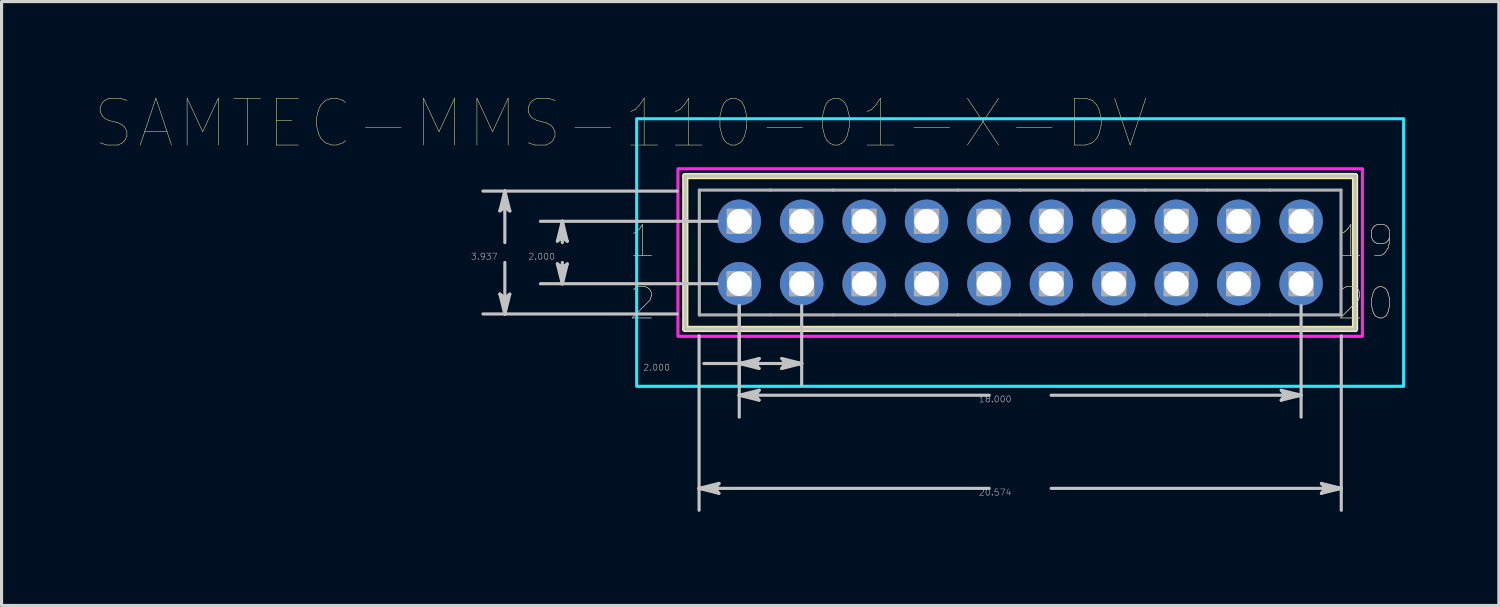
<source format=kicad_pcb>
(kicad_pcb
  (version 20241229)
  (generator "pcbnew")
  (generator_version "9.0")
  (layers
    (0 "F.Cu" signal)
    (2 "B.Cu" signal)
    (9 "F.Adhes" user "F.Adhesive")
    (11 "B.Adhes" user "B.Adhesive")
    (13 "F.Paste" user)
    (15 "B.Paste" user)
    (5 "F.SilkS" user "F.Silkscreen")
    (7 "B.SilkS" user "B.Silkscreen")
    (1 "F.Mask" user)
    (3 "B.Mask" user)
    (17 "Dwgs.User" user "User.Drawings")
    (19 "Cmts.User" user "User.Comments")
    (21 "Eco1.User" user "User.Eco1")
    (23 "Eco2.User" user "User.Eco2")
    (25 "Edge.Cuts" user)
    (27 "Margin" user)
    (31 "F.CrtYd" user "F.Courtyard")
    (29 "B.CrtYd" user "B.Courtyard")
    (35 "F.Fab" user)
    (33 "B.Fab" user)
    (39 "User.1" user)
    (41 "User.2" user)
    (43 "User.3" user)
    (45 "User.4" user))
  (footprint "SAMTEC-MMS-110-01-X-DV"
    (layer "F.Cu")
    (at 29.634 5.04)
    (property "Reference" "SAMTEC-MMS-110-01-X-DV" (at -12.797 -4.136 0) (layer "F.SilkS") (effects (font (size 1.5 1.5) (thickness 0.015))))
    (attr through_hole)
    (fp_circle (center -9 -1) (end -8.254 -1) (stroke (width 0.1) (type solid)) (fill no) (layer "F.Mask"))
    (fp_circle (center -9 1) (end -8.254 1) (stroke (width 0.1) (type solid)) (fill no) (layer "F.Mask"))
    (fp_circle (center -7 -1) (end -6.254 -1) (stroke (width 0.1) (type solid)) (fill no) (layer "F.Mask"))
    (fp_circle (center -7 1) (end -6.254 1) (stroke (width 0.1) (type solid)) (fill no) (layer "F.Mask"))
    (fp_circle (center -5 -1) (end -4.254 -1) (stroke (width 0.1) (type solid)) (fill no) (layer "F.Mask"))
    (fp_circle (center -5 1) (end -4.254 1) (stroke (width 0.1) (type solid)) (fill no) (layer "F.Mask"))
    (fp_circle (center -3 -1) (end -2.254 -1) (stroke (width 0.1) (type solid)) (fill no) (layer "F.Mask"))
    (fp_circle (center -3 1) (end -2.254 1) (stroke (width 0.1) (type solid)) (fill no) (layer "F.Mask"))
    (fp_circle (center -1 -1) (end -0.254 -1) (stroke (width 0.1) (type solid)) (fill no) (layer "F.Mask"))
    (fp_circle (center -1 1) (end -0.254 1) (stroke (width 0.1) (type solid)) (fill no) (layer "F.Mask"))
    (fp_circle (center 1 -1) (end 1.746 -1) (stroke (width 0.1) (type solid)) (fill no) (layer "F.Mask"))
    (fp_circle (center 1 1) (end 1.746 1) (stroke (width 0.1) (type solid)) (fill no) (layer "F.Mask"))
    (fp_circle (center 3 -1) (end 3.746 -1) (stroke (width 0.1) (type solid)) (fill no) (layer "F.Mask"))
    (fp_circle (center 3 1) (end 3.746 1) (stroke (width 0.1) (type solid)) (fill no) (layer "F.Mask"))
    (fp_circle (center 5 -1) (end 5.746 -1) (stroke (width 0.1) (type solid)) (fill no) (layer "F.Mask"))
    (fp_circle (center 5 1) (end 5.746 1) (stroke (width 0.1) (type solid)) (fill no) (layer "F.Mask"))
    (fp_circle (center 7 -1) (end 7.746 -1) (stroke (width 0.1) (type solid)) (fill no) (layer "F.Mask"))
    (fp_circle (center 7 1) (end 7.746 1) (stroke (width 0.1) (type solid)) (fill no) (layer "F.Mask"))
    (fp_circle (center 9 -1) (end 9.746 -1) (stroke (width 0.1) (type solid)) (fill no) (layer "F.Mask"))
    (fp_circle (center 9 1) (end 9.746 1) (stroke (width 0.1) (type solid)) (fill no) (layer "F.Mask"))
    (fp_circle (center -9 -1) (end -8.254 -1) (stroke (width 0.1) (type solid)) (fill no) (layer "B.Mask"))
    (fp_circle (center -9 1) (end -8.254 1) (stroke (width 0.1) (type solid)) (fill no) (layer "B.Mask"))
    (fp_circle (center -7 -1) (end -6.254 -1) (stroke (width 0.1) (type solid)) (fill no) (layer "B.Mask"))
    (fp_circle (center -7 1) (end -6.254 1) (stroke (width 0.1) (type solid)) (fill no) (layer "B.Mask"))
    (fp_circle (center -5 -1) (end -4.254 -1) (stroke (width 0.1) (type solid)) (fill no) (layer "B.Mask"))
    (fp_circle (center -5 1) (end -4.254 1) (stroke (width 0.1) (type solid)) (fill no) (layer "B.Mask"))
    (fp_circle (center -3 -1) (end -2.254 -1) (stroke (width 0.1) (type solid)) (fill no) (layer "B.Mask"))
    (fp_circle (center -3 1) (end -2.254 1) (stroke (width 0.1) (type solid)) (fill no) (layer "B.Mask"))
    (fp_circle (center -1 -1) (end -0.254 -1) (stroke (width 0.1) (type solid)) (fill no) (layer "B.Mask"))
    (fp_circle (center -1 1) (end -0.254 1) (stroke (width 0.1) (type solid)) (fill no) (layer "B.Mask"))
    (fp_circle (center 1 -1) (end 1.746 -1) (stroke (width 0.1) (type solid)) (fill no) (layer "B.Mask"))
    (fp_circle (center 1 1) (end 1.746 1) (stroke (width 0.1) (type solid)) (fill no) (layer "B.Mask"))
    (fp_circle (center 3 -1) (end 3.746 -1) (stroke (width 0.1) (type solid)) (fill no) (layer "B.Mask"))
    (fp_circle (center 3 1) (end 3.746 1) (stroke (width 0.1) (type solid)) (fill no) (layer "B.Mask"))
    (fp_circle (center 5 -1) (end 5.746 -1) (stroke (width 0.1) (type solid)) (fill no) (layer "B.Mask"))
    (fp_circle (center 5 1) (end 5.746 1) (stroke (width 0.1) (type solid)) (fill no) (layer "B.Mask"))
    (fp_circle (center 7 -1) (end 7.746 -1) (stroke (width 0.1) (type solid)) (fill no) (layer "B.Mask"))
    (fp_circle (center 7 1) (end 7.746 1) (stroke (width 0.1) (type solid)) (fill no) (layer "B.Mask"))
    (fp_circle (center 9 -1) (end 9.746 -1) (stroke (width 0.1) (type solid)) (fill no) (layer "B.Mask"))
    (fp_circle (center 9 1) (end 9.746 1) (stroke (width 0.1) (type solid)) (fill no) (layer "B.Mask"))
    (fp_line (start -10.729 -2.449) (end -10.729 2.449) (stroke (width 0.2) (type solid)) (layer "F.SilkS"))
    (fp_line (start -10.729 2.449) (end 10.729 2.449) (stroke (width 0.2) (type solid)) (layer "F.SilkS"))
    (fp_line (start 10.729 -2.449) (end -10.729 -2.449) (stroke (width 0.2) (type solid)) (layer "F.SilkS"))
    (fp_line (start 10.729 2.449) (end 10.729 -2.449) (stroke (width 0.2) (type solid)) (layer "F.SilkS"))
    (fp_line (start -16.669 -1.334) (end -16.51 -1.46) (stroke (width 0.1) (type solid)) (layer "Dwgs.User"))
    (fp_line (start -16.669 1.334) (end -16.51 1.968) (stroke (width 0.1) (type solid)) (layer "Dwgs.User"))
    (fp_line (start -16.589 -1.397) (end -16.51 -1.46) (stroke (width 0.1) (type solid)) (layer "Dwgs.User"))
    (fp_line (start -16.589 1.397) (end -16.669 1.334) (stroke (width 0.1) (type solid)) (layer "Dwgs.User"))
    (fp_line (start -16.51 -1.968) (end -16.669 -1.334) (stroke (width 0.1) (type solid)) (layer "Dwgs.User"))
    (fp_line (start -16.51 -1.968) (end -16.589 -1.397) (stroke (width 0.1) (type solid)) (layer "Dwgs.User"))
    (fp_line (start -16.51 -1.968) (end -16.431 -1.397) (stroke (width 0.1) (type solid)) (layer "Dwgs.User"))
    (fp_line (start -16.51 -1.46) (end -16.51 -1.968) (stroke (width 0.1) (type solid)) (layer "Dwgs.User"))
    (fp_line (start -16.51 -1.46) (end -16.351 -1.334) (stroke (width 0.1) (type solid)) (layer "Dwgs.User"))
    (fp_line (start -16.51 -0.318) (end -16.51 -1.968) (stroke (width 0.1) (type solid)) (layer "Dwgs.User"))
    (fp_line (start -16.51 0.318) (end -16.51 1.968) (stroke (width 0.1) (type solid)) (layer "Dwgs.User"))
    (fp_line (start -16.51 1.46) (end -16.669 1.334) (stroke (width 0.1) (type solid)) (layer "Dwgs.User"))
    (fp_line (start -16.51 1.46) (end -16.51 1.968) (stroke (width 0.1) (type solid)) (layer "Dwgs.User"))
    (fp_line (start -16.51 1.968) (end -16.589 1.397) (stroke (width 0.1) (type solid)) (layer "Dwgs.User"))
    (fp_line (start -16.51 1.968) (end -16.431 1.397) (stroke (width 0.1) (type solid)) (layer "Dwgs.User"))
    (fp_line (start -16.51 1.968) (end -16.351 1.334) (stroke (width 0.1) (type solid)) (layer "Dwgs.User"))
    (fp_line (start -16.431 -1.397) (end -16.351 -1.334) (stroke (width 0.1) (type solid)) (layer "Dwgs.User"))
    (fp_line (start -16.431 1.397) (end -16.51 1.46) (stroke (width 0.1) (type solid)) (layer "Dwgs.User"))
    (fp_line (start -16.351 -1.334) (end -16.51 -1.968) (stroke (width 0.1) (type solid)) (layer "Dwgs.User"))
    (fp_line (start -16.351 1.334) (end -16.51 1.46) (stroke (width 0.1) (type solid)) (layer "Dwgs.User"))
    (fp_line (start -14.827 -0.365) (end -14.668 -0.492) (stroke (width 0.1) (type solid)) (layer "Dwgs.User"))
    (fp_line (start -14.827 0.365) (end -14.668 1) (stroke (width 0.1) (type solid)) (layer "Dwgs.User"))
    (fp_line (start -14.748 -0.428) (end -14.668 -0.492) (stroke (width 0.1) (type solid)) (layer "Dwgs.User"))
    (fp_line (start -14.748 0.428) (end -14.827 0.365) (stroke (width 0.1) (type solid)) (layer "Dwgs.User"))
    (fp_line (start -14.668 -1) (end -14.827 -0.365) (stroke (width 0.1) (type solid)) (layer "Dwgs.User"))
    (fp_line (start -14.668 -1) (end -14.748 -0.428) (stroke (width 0.1) (type solid)) (layer "Dwgs.User"))
    (fp_line (start -14.668 -1) (end -14.589 -0.428) (stroke (width 0.1) (type solid)) (layer "Dwgs.User"))
    (fp_line (start -14.668 -0.492) (end -14.668 -1) (stroke (width 0.1) (type solid)) (layer "Dwgs.User"))
    (fp_line (start -14.668 -0.492) (end -14.51 -0.365) (stroke (width 0.1) (type solid)) (layer "Dwgs.User"))
    (fp_line (start -14.668 -0.318) (end -14.668 -1) (stroke (width 0.1) (type solid)) (layer "Dwgs.User"))
    (fp_line (start -14.668 0.318) (end -14.668 1) (stroke (width 0.1) (type solid)) (layer "Dwgs.User"))
    (fp_line (start -14.668 0.492) (end -14.827 0.365) (stroke (width 0.1) (type solid)) (layer "Dwgs.User"))
    (fp_line (start -14.668 0.492) (end -14.668 1) (stroke (width 0.1) (type solid)) (layer "Dwgs.User"))
    (fp_line (start -14.668 1) (end -14.748 0.428) (stroke (width 0.1) (type solid)) (layer "Dwgs.User"))
    (fp_line (start -14.668 1) (end -14.589 0.428) (stroke (width 0.1) (type solid)) (layer "Dwgs.User"))
    (fp_line (start -14.668 1) (end -14.51 0.365) (stroke (width 0.1) (type solid)) (layer "Dwgs.User"))
    (fp_line (start -14.589 -0.428) (end -14.51 -0.365) (stroke (width 0.1) (type solid)) (layer "Dwgs.User"))
    (fp_line (start -14.589 0.428) (end -14.668 0.492) (stroke (width 0.1) (type solid)) (layer "Dwgs.User"))
    (fp_line (start -14.51 -0.365) (end -14.668 -1) (stroke (width 0.1) (type solid)) (layer "Dwgs.User"))
    (fp_line (start -14.51 0.365) (end -14.668 0.492) (stroke (width 0.1) (type solid)) (layer "Dwgs.User"))
    (fp_line (start -10.988 -1.968) (end -17.211 -1.968) (stroke (width 0.1) (type solid)) (layer "Dwgs.User"))
    (fp_line (start -10.988 1.968) (end -17.211 1.968) (stroke (width 0.1) (type solid)) (layer "Dwgs.User"))
    (fp_line (start -10.729 -2.449) (end -10.729 2.449) (stroke (width 0.1) (type solid)) (layer "Dwgs.User"))
    (fp_line (start -10.729 2.449) (end 10.729 2.449) (stroke (width 0.1) (type solid)) (layer "Dwgs.User"))
    (fp_line (start -10.287 2.67) (end -10.287 8.258) (stroke (width 0.1) (type solid)) (layer "Dwgs.User"))
    (fp_line (start -10.287 7.556) (end -9.716 7.477) (stroke (width 0.1) (type solid)) (layer "Dwgs.User"))
    (fp_line (start -10.287 7.556) (end -9.716 7.636) (stroke (width 0.1) (type solid)) (layer "Dwgs.User"))
    (fp_line (start -10.287 7.556) (end -9.652 7.715) (stroke (width 0.1) (type solid)) (layer "Dwgs.User"))
    (fp_line (start -10.135 3.556) (end -9 3.556) (stroke (width 0.1) (type solid)) (layer "Dwgs.User"))
    (fp_line (start -9.779 7.556) (end -10.287 7.556) (stroke (width 0.1) (type solid)) (layer "Dwgs.User"))
    (fp_line (start -9.779 7.556) (end -9.652 7.398) (stroke (width 0.1) (type solid)) (layer "Dwgs.User"))
    (fp_line (start -9.716 7.477) (end -9.652 7.398) (stroke (width 0.1) (type solid)) (layer "Dwgs.User"))
    (fp_line (start -9.716 7.636) (end -9.779 7.556) (stroke (width 0.1) (type solid)) (layer "Dwgs.User"))
    (fp_line (start -9.701 -1) (end -15.37 -1) (stroke (width 0.1) (type solid)) (layer "Dwgs.User"))
    (fp_line (start -9.701 1) (end -15.37 1) (stroke (width 0.1) (type solid)) (layer "Dwgs.User"))
    (fp_line (start -9.652 7.398) (end -10.287 7.556) (stroke (width 0.1) (type solid)) (layer "Dwgs.User"))
    (fp_line (start -9.652 7.715) (end -9.779 7.556) (stroke (width 0.1) (type solid)) (layer "Dwgs.User"))
    (fp_line (start -9 1.701) (end -9 4.257) (stroke (width 0.1) (type solid)) (layer "Dwgs.User"))
    (fp_line (start -9 1.701) (end -9 5.273) (stroke (width 0.1) (type solid)) (layer "Dwgs.User"))
    (fp_line (start -9 3.556) (end -8.428 3.477) (stroke (width 0.1) (type solid)) (layer "Dwgs.User"))
    (fp_line (start -9 3.556) (end -8.428 3.635) (stroke (width 0.1) (type solid)) (layer "Dwgs.User"))
    (fp_line (start -9 3.556) (end -8.365 3.715) (stroke (width 0.1) (type solid)) (layer "Dwgs.User"))
    (fp_line (start -9 3.556) (end -7 3.556) (stroke (width 0.1) (type solid)) (layer "Dwgs.User"))
    (fp_line (start -9 4.572) (end -8.428 4.493) (stroke (width 0.1) (type solid)) (layer "Dwgs.User"))
    (fp_line (start -9 4.572) (end -8.428 4.651) (stroke (width 0.1) (type solid)) (layer "Dwgs.User"))
    (fp_line (start -9 4.572) (end -8.365 4.731) (stroke (width 0.1) (type solid)) (layer "Dwgs.User"))
    (fp_line (start -8.492 3.556) (end -9 3.556) (stroke (width 0.1) (type solid)) (layer "Dwgs.User"))
    (fp_line (start -8.492 3.556) (end -8.365 3.397) (stroke (width 0.1) (type solid)) (layer "Dwgs.User"))
    (fp_line (start -8.492 4.572) (end -9 4.572) (stroke (width 0.1) (type solid)) (layer "Dwgs.User"))
    (fp_line (start -8.492 4.572) (end -8.365 4.413) (stroke (width 0.1) (type solid)) (layer "Dwgs.User"))
    (fp_line (start -8.428 3.477) (end -8.365 3.397) (stroke (width 0.1) (type solid)) (layer "Dwgs.User"))
    (fp_line (start -8.428 3.635) (end -8.492 3.556) (stroke (width 0.1) (type solid)) (layer "Dwgs.User"))
    (fp_line (start -8.428 4.493) (end -8.365 4.413) (stroke (width 0.1) (type solid)) (layer "Dwgs.User"))
    (fp_line (start -8.428 4.651) (end -8.492 4.572) (stroke (width 0.1) (type solid)) (layer "Dwgs.User"))
    (fp_line (start -8.365 3.397) (end -9 3.556) (stroke (width 0.1) (type solid)) (layer "Dwgs.User"))
    (fp_line (start -8.365 3.715) (end -8.492 3.556) (stroke (width 0.1) (type solid)) (layer "Dwgs.User"))
    (fp_line (start -8.365 4.413) (end -9 4.572) (stroke (width 0.1) (type solid)) (layer "Dwgs.User"))
    (fp_line (start -8.365 4.731) (end -8.492 4.572) (stroke (width 0.1) (type solid)) (layer "Dwgs.User"))
    (fp_line (start -7.635 3.397) (end -7.508 3.556) (stroke (width 0.1) (type solid)) (layer "Dwgs.User"))
    (fp_line (start -7.635 3.715) (end -7 3.556) (stroke (width 0.1) (type solid)) (layer "Dwgs.User"))
    (fp_line (start -7.571 3.477) (end -7.508 3.556) (stroke (width 0.1) (type solid)) (layer "Dwgs.User"))
    (fp_line (start -7.571 3.635) (end -7.635 3.715) (stroke (width 0.1) (type solid)) (layer "Dwgs.User"))
    (fp_line (start -7.508 3.556) (end -7.635 3.715) (stroke (width 0.1) (type solid)) (layer "Dwgs.User"))
    (fp_line (start -7.508 3.556) (end -7 3.556) (stroke (width 0.1) (type solid)) (layer "Dwgs.User"))
    (fp_line (start -7 1.701) (end -7 4.257) (stroke (width 0.1) (type solid)) (layer "Dwgs.User"))
    (fp_line (start -7 3.556) (end -7.635 3.397) (stroke (width 0.1) (type solid)) (layer "Dwgs.User"))
    (fp_line (start -7 3.556) (end -7.571 3.477) (stroke (width 0.1) (type solid)) (layer "Dwgs.User"))
    (fp_line (start -7 3.556) (end -7.571 3.635) (stroke (width 0.1) (type solid)) (layer "Dwgs.User"))
    (fp_line (start -0.991 4.572) (end -9 4.572) (stroke (width 0.1) (type solid)) (layer "Dwgs.User"))
    (fp_line (start -0.991 7.556) (end -10.287 7.556) (stroke (width 0.1) (type solid)) (layer "Dwgs.User"))
    (fp_line (start 0.991 4.572) (end 9 4.572) (stroke (width 0.1) (type solid)) (layer "Dwgs.User"))
    (fp_line (start 0.991 7.556) (end 10.287 7.556) (stroke (width 0.1) (type solid)) (layer "Dwgs.User"))
    (fp_line (start 8.365 4.413) (end 8.492 4.572) (stroke (width 0.1) (type solid)) (layer "Dwgs.User"))
    (fp_line (start 8.365 4.731) (end 9 4.572) (stroke (width 0.1) (type solid)) (layer "Dwgs.User"))
    (fp_line (start 8.428 4.493) (end 8.492 4.572) (stroke (width 0.1) (type solid)) (layer "Dwgs.User"))
    (fp_line (start 8.428 4.651) (end 8.365 4.731) (stroke (width 0.1) (type solid)) (layer "Dwgs.User"))
    (fp_line (start 8.492 4.572) (end 8.365 4.731) (stroke (width 0.1) (type solid)) (layer "Dwgs.User"))
    (fp_line (start 8.492 4.572) (end 9 4.572) (stroke (width 0.1) (type solid)) (layer "Dwgs.User"))
    (fp_line (start 9 1.701) (end 9 5.273) (stroke (width 0.1) (type solid)) (layer "Dwgs.User"))
    (fp_line (start 9 4.572) (end 8.365 4.413) (stroke (width 0.1) (type solid)) (layer "Dwgs.User"))
    (fp_line (start 9 4.572) (end 8.428 4.493) (stroke (width 0.1) (type solid)) (layer "Dwgs.User"))
    (fp_line (start 9 4.572) (end 8.428 4.651) (stroke (width 0.1) (type solid)) (layer "Dwgs.User"))
    (fp_line (start 9.652 7.398) (end 9.779 7.556) (stroke (width 0.1) (type solid)) (layer "Dwgs.User"))
    (fp_line (start 9.652 7.715) (end 10.287 7.556) (stroke (width 0.1) (type solid)) (layer "Dwgs.User"))
    (fp_line (start 9.716 7.477) (end 9.779 7.556) (stroke (width 0.1) (type solid)) (layer "Dwgs.User"))
    (fp_line (start 9.716 7.636) (end 9.652 7.715) (stroke (width 0.1) (type solid)) (layer "Dwgs.User"))
    (fp_line (start 9.779 7.556) (end 9.652 7.715) (stroke (width 0.1) (type solid)) (layer "Dwgs.User"))
    (fp_line (start 9.779 7.556) (end 10.287 7.556) (stroke (width 0.1) (type solid)) (layer "Dwgs.User"))
    (fp_line (start 10.287 2.67) (end 10.287 8.258) (stroke (width 0.1) (type solid)) (layer "Dwgs.User"))
    (fp_line (start 10.287 7.556) (end 9.652 7.398) (stroke (width 0.1) (type solid)) (layer "Dwgs.User"))
    (fp_line (start 10.287 7.556) (end 9.716 7.477) (stroke (width 0.1) (type solid)) (layer "Dwgs.User"))
    (fp_line (start 10.287 7.556) (end 9.716 7.636) (stroke (width 0.1) (type solid)) (layer "Dwgs.User"))
    (fp_line (start 10.729 -2.449) (end -10.729 -2.449) (stroke (width 0.1) (type solid)) (layer "Dwgs.User"))
    (fp_line (start 10.729 2.449) (end 10.729 -2.449) (stroke (width 0.1) (type solid)) (layer "Dwgs.User"))
    (fp_poly (pts (xy -12.286 4.286) (xy -12.286 -4.286) (xy 12.286 -4.286) (xy 12.286 4.286) (xy -12.286 4.286)) (stroke (width 0.1) (type solid)) (fill no) (layer "B.CrtYd"))
    (fp_poly (pts (xy -10.964 2.684) (xy -10.964 -2.684) (xy 10.964 -2.684) (xy 10.964 2.684) (xy -10.964 2.684)) (stroke (width 0.1) (type solid)) (fill no) (layer "F.CrtYd"))
    (fp_line (start -10.279 -1.999) (end -10.279 1.999) (stroke (width 0.1) (type solid)) (layer "F.Fab"))
    (fp_line (start -10.279 1.999) (end -8 1.999) (stroke (width 0.1) (type solid)) (layer "F.Fab"))
    (fp_line (start -9.356 -1.355) (end -9.356 -0.644) (stroke (width 0.1) (type solid)) (layer "F.Fab"))
    (fp_line (start -9.356 -0.644) (end -8.644 -0.644) (stroke (width 0.1) (type solid)) (layer "F.Fab"))
    (fp_line (start -9.356 0.644) (end -9.356 1.355) (stroke (width 0.1) (type solid)) (layer "F.Fab"))
    (fp_line (start -9.356 1.355) (end -8.644 1.355) (stroke (width 0.1) (type solid)) (layer "F.Fab"))
    (fp_line (start -9.254 -0.898) (end -9.254 -1.355) (stroke (width 0.1) (type solid)) (layer "F.Fab"))
    (fp_line (start -9.254 0.898) (end -8.746 0.898) (stroke (width 0.1) (type solid)) (layer "F.Fab"))
    (fp_line (start -9.254 1.355) (end -9.254 0.898) (stroke (width 0.1) (type solid)) (layer "F.Fab"))
    (fp_line (start -8.746 -1.355) (end -8.746 -0.898) (stroke (width 0.1) (type solid)) (layer "F.Fab"))
    (fp_line (start -8.746 -0.898) (end -9.254 -0.898) (stroke (width 0.1) (type solid)) (layer "F.Fab"))
    (fp_line (start -8.746 0.898) (end -8.746 1.355) (stroke (width 0.1) (type solid)) (layer "F.Fab"))
    (fp_line (start -8.644 -1.355) (end -9.356 -1.355) (stroke (width 0.1) (type solid)) (layer "F.Fab"))
    (fp_line (start -8.644 -0.644) (end -8.644 -1.355) (stroke (width 0.1) (type solid)) (layer "F.Fab"))
    (fp_line (start -8.644 0.644) (end -9.356 0.644) (stroke (width 0.1) (type solid)) (layer "F.Fab"))
    (fp_line (start -8.644 1.355) (end -8.644 0.644) (stroke (width 0.1) (type solid)) (layer "F.Fab"))
    (fp_line (start -8 -1.999) (end -10.279 -1.999) (stroke (width 0.1) (type solid)) (layer "F.Fab"))
    (fp_line (start -7.356 -1.355) (end -7.356 -0.644) (stroke (width 0.1) (type solid)) (layer "F.Fab"))
    (fp_line (start -7.356 -0.644) (end -6.644 -0.644) (stroke (width 0.1) (type solid)) (layer "F.Fab"))
    (fp_line (start -7.356 0.644) (end -7.356 1.355) (stroke (width 0.1) (type solid)) (layer "F.Fab"))
    (fp_line (start -7.356 1.355) (end -6.644 1.355) (stroke (width 0.1) (type solid)) (layer "F.Fab"))
    (fp_line (start -7.254 -0.898) (end -7.254 -1.355) (stroke (width 0.1) (type solid)) (layer "F.Fab"))
    (fp_line (start -7.254 0.898) (end -6.746 0.898) (stroke (width 0.1) (type solid)) (layer "F.Fab"))
    (fp_line (start -7.254 1.355) (end -7.254 0.898) (stroke (width 0.1) (type solid)) (layer "F.Fab"))
    (fp_line (start -6.746 -1.355) (end -6.746 -0.898) (stroke (width 0.1) (type solid)) (layer "F.Fab"))
    (fp_line (start -6.746 -0.898) (end -7.254 -0.898) (stroke (width 0.1) (type solid)) (layer "F.Fab"))
    (fp_line (start -6.746 0.898) (end -6.746 1.355) (stroke (width 0.1) (type solid)) (layer "F.Fab"))
    (fp_line (start -6.644 -1.355) (end -7.356 -1.355) (stroke (width 0.1) (type solid)) (layer "F.Fab"))
    (fp_line (start -6.644 -0.644) (end -6.644 -1.355) (stroke (width 0.1) (type solid)) (layer "F.Fab"))
    (fp_line (start -6.644 0.644) (end -7.356 0.644) (stroke (width 0.1) (type solid)) (layer "F.Fab"))
    (fp_line (start -6.644 1.355) (end -6.644 0.644) (stroke (width 0.1) (type solid)) (layer "F.Fab"))
    (fp_line (start -6 -1.999) (end -7.999 -1.999) (stroke (width 0.1) (type solid)) (layer "F.Fab"))
    (fp_line (start -6 1.999) (end -7.999 1.999) (stroke (width 0.1) (type solid)) (layer "F.Fab"))
    (fp_line (start -5.356 -1.355) (end -5.356 -0.644) (stroke (width 0.1) (type solid)) (layer "F.Fab"))
    (fp_line (start -5.356 -0.644) (end -4.644 -0.644) (stroke (width 0.1) (type solid)) (layer "F.Fab"))
    (fp_line (start -5.356 0.644) (end -5.356 1.355) (stroke (width 0.1) (type solid)) (layer "F.Fab"))
    (fp_line (start -5.356 1.355) (end -4.644 1.355) (stroke (width 0.1) (type solid)) (layer "F.Fab"))
    (fp_line (start -5.254 -0.898) (end -5.254 -1.355) (stroke (width 0.1) (type solid)) (layer "F.Fab"))
    (fp_line (start -5.254 0.898) (end -4.746 0.898) (stroke (width 0.1) (type solid)) (layer "F.Fab"))
    (fp_line (start -5.254 1.355) (end -5.254 0.898) (stroke (width 0.1) (type solid)) (layer "F.Fab"))
    (fp_line (start -4.746 -1.355) (end -4.746 -0.898) (stroke (width 0.1) (type solid)) (layer "F.Fab"))
    (fp_line (start -4.746 -0.898) (end -5.254 -0.898) (stroke (width 0.1) (type solid)) (layer "F.Fab"))
    (fp_line (start -4.746 0.898) (end -4.746 1.355) (stroke (width 0.1) (type solid)) (layer "F.Fab"))
    (fp_line (start -4.644 -1.355) (end -5.356 -1.355) (stroke (width 0.1) (type solid)) (layer "F.Fab"))
    (fp_line (start -4.644 -0.644) (end -4.644 -1.355) (stroke (width 0.1) (type solid)) (layer "F.Fab"))
    (fp_line (start -4.644 0.644) (end -5.356 0.644) (stroke (width 0.1) (type solid)) (layer "F.Fab"))
    (fp_line (start -4.644 1.355) (end -4.644 0.644) (stroke (width 0.1) (type solid)) (layer "F.Fab"))
    (fp_line (start -4 -1.999) (end -5.999 -1.999) (stroke (width 0.1) (type solid)) (layer "F.Fab"))
    (fp_line (start -4 1.999) (end -5.999 1.999) (stroke (width 0.1) (type solid)) (layer "F.Fab"))
    (fp_line (start -3.356 -1.355) (end -3.356 -0.644) (stroke (width 0.1) (type solid)) (layer "F.Fab"))
    (fp_line (start -3.356 -0.644) (end -2.644 -0.644) (stroke (width 0.1) (type solid)) (layer "F.Fab"))
    (fp_line (start -3.356 0.644) (end -3.356 1.355) (stroke (width 0.1) (type solid)) (layer "F.Fab"))
    (fp_line (start -3.356 1.355) (end -2.644 1.355) (stroke (width 0.1) (type solid)) (layer "F.Fab"))
    (fp_line (start -3.254 -0.898) (end -3.254 -1.355) (stroke (width 0.1) (type solid)) (layer "F.Fab"))
    (fp_line (start -3.254 0.898) (end -2.746 0.898) (stroke (width 0.1) (type solid)) (layer "F.Fab"))
    (fp_line (start -3.254 1.355) (end -3.254 0.898) (stroke (width 0.1) (type solid)) (layer "F.Fab"))
    (fp_line (start -2.746 -1.355) (end -2.746 -0.898) (stroke (width 0.1) (type solid)) (layer "F.Fab"))
    (fp_line (start -2.746 -0.898) (end -3.254 -0.898) (stroke (width 0.1) (type solid)) (layer "F.Fab"))
    (fp_line (start -2.746 0.898) (end -2.746 1.355) (stroke (width 0.1) (type solid)) (layer "F.Fab"))
    (fp_line (start -2.644 -1.355) (end -3.356 -1.355) (stroke (width 0.1) (type solid)) (layer "F.Fab"))
    (fp_line (start -2.644 -0.644) (end -2.644 -1.355) (stroke (width 0.1) (type solid)) (layer "F.Fab"))
    (fp_line (start -2.644 0.644) (end -3.356 0.644) (stroke (width 0.1) (type solid)) (layer "F.Fab"))
    (fp_line (start -2.644 1.355) (end -2.644 0.644) (stroke (width 0.1) (type solid)) (layer "F.Fab"))
    (fp_line (start -2.001 -1.999) (end -3.999 -1.999) (stroke (width 0.1) (type solid)) (layer "F.Fab"))
    (fp_line (start -2.001 1.999) (end -3.999 1.999) (stroke (width 0.1) (type solid)) (layer "F.Fab"))
    (fp_line (start -1.356 -1.355) (end -1.356 -0.644) (stroke (width 0.1) (type solid)) (layer "F.Fab"))
    (fp_line (start -1.356 -0.644) (end -0.644 -0.644) (stroke (width 0.1) (type solid)) (layer "F.Fab"))
    (fp_line (start -1.356 0.644) (end -1.356 1.355) (stroke (width 0.1) (type solid)) (layer "F.Fab"))
    (fp_line (start -1.356 1.355) (end -0.644 1.355) (stroke (width 0.1) (type solid)) (layer "F.Fab"))
    (fp_line (start -1.254 -0.898) (end -1.254 -1.355) (stroke (width 0.1) (type solid)) (layer "F.Fab"))
    (fp_line (start -1.254 0.898) (end -0.746 0.898) (stroke (width 0.1) (type solid)) (layer "F.Fab"))
    (fp_line (start -1.254 1.355) (end -1.254 0.898) (stroke (width 0.1) (type solid)) (layer "F.Fab"))
    (fp_line (start -0.746 -1.355) (end -0.746 -0.898) (stroke (width 0.1) (type solid)) (layer "F.Fab"))
    (fp_line (start -0.746 -0.898) (end -1.254 -0.898) (stroke (width 0.1) (type solid)) (layer "F.Fab"))
    (fp_line (start -0.746 0.898) (end -0.746 1.355) (stroke (width 0.1) (type solid)) (layer "F.Fab"))
    (fp_line (start -0.644 -1.355) (end -1.356 -1.355) (stroke (width 0.1) (type solid)) (layer "F.Fab"))
    (fp_line (start -0.644 -0.644) (end -0.644 -1.355) (stroke (width 0.1) (type solid)) (layer "F.Fab"))
    (fp_line (start -0.644 0.644) (end -1.356 0.644) (stroke (width 0.1) (type solid)) (layer "F.Fab"))
    (fp_line (start -0.644 1.355) (end -0.644 0.644) (stroke (width 0.1) (type solid)) (layer "F.Fab"))
    (fp_line (start -0.001 -1.999) (end -1.999 -1.999) (stroke (width 0.1) (type solid)) (layer "F.Fab"))
    (fp_line (start -0.001 1.999) (end -1.999 1.999) (stroke (width 0.1) (type solid)) (layer "F.Fab"))
    (fp_line (start 0.644 -1.355) (end 0.644 -0.644) (stroke (width 0.1) (type solid)) (layer "F.Fab"))
    (fp_line (start 0.644 -0.644) (end 1.356 -0.644) (stroke (width 0.1) (type solid)) (layer "F.Fab"))
    (fp_line (start 0.644 0.644) (end 0.644 1.355) (stroke (width 0.1) (type solid)) (layer "F.Fab"))
    (fp_line (start 0.644 1.355) (end 1.356 1.355) (stroke (width 0.1) (type solid)) (layer "F.Fab"))
    (fp_line (start 0.746 -0.898) (end 0.746 -1.355) (stroke (width 0.1) (type solid)) (layer "F.Fab"))
    (fp_line (start 0.746 0.898) (end 1.254 0.898) (stroke (width 0.1) (type solid)) (layer "F.Fab"))
    (fp_line (start 0.746 1.355) (end 0.746 0.898) (stroke (width 0.1) (type solid)) (layer "F.Fab"))
    (fp_line (start 1.254 -1.355) (end 1.254 -0.898) (stroke (width 0.1) (type solid)) (layer "F.Fab"))
    (fp_line (start 1.254 -0.898) (end 0.746 -0.898) (stroke (width 0.1) (type solid)) (layer "F.Fab"))
    (fp_line (start 1.254 0.898) (end 1.254 1.355) (stroke (width 0.1) (type solid)) (layer "F.Fab"))
    (fp_line (start 1.356 -1.355) (end 0.644 -1.355) (stroke (width 0.1) (type solid)) (layer "F.Fab"))
    (fp_line (start 1.356 -0.644) (end 1.356 -1.355) (stroke (width 0.1) (type solid)) (layer "F.Fab"))
    (fp_line (start 1.356 0.644) (end 0.644 0.644) (stroke (width 0.1) (type solid)) (layer "F.Fab"))
    (fp_line (start 1.356 1.355) (end 1.356 0.644) (stroke (width 0.1) (type solid)) (layer "F.Fab"))
    (fp_line (start 1.999 -1.999) (end 0.001 -1.999) (stroke (width 0.1) (type solid)) (layer "F.Fab"))
    (fp_line (start 1.999 1.999) (end 0.001 1.999) (stroke (width 0.1) (type solid)) (layer "F.Fab"))
    (fp_line (start 2.644 -1.355) (end 2.644 -0.644) (stroke (width 0.1) (type solid)) (layer "F.Fab"))
    (fp_line (start 2.644 -0.644) (end 3.356 -0.644) (stroke (width 0.1) (type solid)) (layer "F.Fab"))
    (fp_line (start 2.644 0.644) (end 2.644 1.355) (stroke (width 0.1) (type solid)) (layer "F.Fab"))
    (fp_line (start 2.644 1.355) (end 3.356 1.355) (stroke (width 0.1) (type solid)) (layer "F.Fab"))
    (fp_line (start 2.746 -0.898) (end 2.746 -1.355) (stroke (width 0.1) (type solid)) (layer "F.Fab"))
    (fp_line (start 2.746 0.898) (end 3.254 0.898) (stroke (width 0.1) (type solid)) (layer "F.Fab"))
    (fp_line (start 2.746 1.355) (end 2.746 0.898) (stroke (width 0.1) (type solid)) (layer "F.Fab"))
    (fp_line (start 3.254 -1.355) (end 3.254 -0.898) (stroke (width 0.1) (type solid)) (layer "F.Fab"))
    (fp_line (start 3.254 -0.898) (end 2.746 -0.898) (stroke (width 0.1) (type solid)) (layer "F.Fab"))
    (fp_line (start 3.254 0.898) (end 3.254 1.355) (stroke (width 0.1) (type solid)) (layer "F.Fab"))
    (fp_line (start 3.356 -1.355) (end 2.644 -1.355) (stroke (width 0.1) (type solid)) (layer "F.Fab"))
    (fp_line (start 3.356 -0.644) (end 3.356 -1.355) (stroke (width 0.1) (type solid)) (layer "F.Fab"))
    (fp_line (start 3.356 0.644) (end 2.644 0.644) (stroke (width 0.1) (type solid)) (layer "F.Fab"))
    (fp_line (start 3.356 1.355) (end 3.356 0.644) (stroke (width 0.1) (type solid)) (layer "F.Fab"))
    (fp_line (start 3.999 -1.999) (end 2.001 -1.999) (stroke (width 0.1) (type solid)) (layer "F.Fab"))
    (fp_line (start 3.999 1.999) (end 2.001 1.999) (stroke (width 0.1) (type solid)) (layer "F.Fab"))
    (fp_line (start 4.644 -1.355) (end 4.644 -0.644) (stroke (width 0.1) (type solid)) (layer "F.Fab"))
    (fp_line (start 4.644 -0.644) (end 5.356 -0.644) (stroke (width 0.1) (type solid)) (layer "F.Fab"))
    (fp_line (start 4.644 0.644) (end 4.644 1.355) (stroke (width 0.1) (type solid)) (layer "F.Fab"))
    (fp_line (start 4.644 1.355) (end 5.356 1.355) (stroke (width 0.1) (type solid)) (layer "F.Fab"))
    (fp_line (start 4.746 -0.898) (end 4.746 -1.355) (stroke (width 0.1) (type solid)) (layer "F.Fab"))
    (fp_line (start 4.746 0.898) (end 5.254 0.898) (stroke (width 0.1) (type solid)) (layer "F.Fab"))
    (fp_line (start 4.746 1.355) (end 4.746 0.898) (stroke (width 0.1) (type solid)) (layer "F.Fab"))
    (fp_line (start 5.254 -1.355) (end 5.254 -0.898) (stroke (width 0.1) (type solid)) (layer "F.Fab"))
    (fp_line (start 5.254 -0.898) (end 4.746 -0.898) (stroke (width 0.1) (type solid)) (layer "F.Fab"))
    (fp_line (start 5.254 0.898) (end 5.254 1.355) (stroke (width 0.1) (type solid)) (layer "F.Fab"))
    (fp_line (start 5.356 -1.355) (end 4.644 -1.355) (stroke (width 0.1) (type solid)) (layer "F.Fab"))
    (fp_line (start 5.356 -0.644) (end 5.356 -1.355) (stroke (width 0.1) (type solid)) (layer "F.Fab"))
    (fp_line (start 5.356 0.644) (end 4.644 0.644) (stroke (width 0.1) (type solid)) (layer "F.Fab"))
    (fp_line (start 5.356 1.355) (end 5.356 0.644) (stroke (width 0.1) (type solid)) (layer "F.Fab"))
    (fp_line (start 5.999 -1.999) (end 4 -1.999) (stroke (width 0.1) (type solid)) (layer "F.Fab"))
    (fp_line (start 5.999 1.999) (end 4 1.999) (stroke (width 0.1) (type solid)) (layer "F.Fab"))
    (fp_line (start 6.644 -1.355) (end 6.644 -0.644) (stroke (width 0.1) (type solid)) (layer "F.Fab"))
    (fp_line (start 6.644 -0.644) (end 7.356 -0.644) (stroke (width 0.1) (type solid)) (layer "F.Fab"))
    (fp_line (start 6.644 0.644) (end 6.644 1.355) (stroke (width 0.1) (type solid)) (layer "F.Fab"))
    (fp_line (start 6.644 1.355) (end 7.356 1.355) (stroke (width 0.1) (type solid)) (layer "F.Fab"))
    (fp_line (start 6.746 -0.898) (end 6.746 -1.355) (stroke (width 0.1) (type solid)) (layer "F.Fab"))
    (fp_line (start 6.746 0.898) (end 7.254 0.898) (stroke (width 0.1) (type solid)) (layer "F.Fab"))
    (fp_line (start 6.746 1.355) (end 6.746 0.898) (stroke (width 0.1) (type solid)) (layer "F.Fab"))
    (fp_line (start 7.254 -1.355) (end 7.254 -0.898) (stroke (width 0.1) (type solid)) (layer "F.Fab"))
    (fp_line (start 7.254 -0.898) (end 6.746 -0.898) (stroke (width 0.1) (type solid)) (layer "F.Fab"))
    (fp_line (start 7.254 0.898) (end 7.254 1.355) (stroke (width 0.1) (type solid)) (layer "F.Fab"))
    (fp_line (start 7.356 -1.355) (end 6.644 -1.355) (stroke (width 0.1) (type solid)) (layer "F.Fab"))
    (fp_line (start 7.356 -0.644) (end 7.356 -1.355) (stroke (width 0.1) (type solid)) (layer "F.Fab"))
    (fp_line (start 7.356 0.644) (end 6.644 0.644) (stroke (width 0.1) (type solid)) (layer "F.Fab"))
    (fp_line (start 7.356 1.355) (end 7.356 0.644) (stroke (width 0.1) (type solid)) (layer "F.Fab"))
    (fp_line (start 7.999 -1.999) (end 6 -1.999) (stroke (width 0.1) (type solid)) (layer "F.Fab"))
    (fp_line (start 7.999 1.999) (end 6 1.999) (stroke (width 0.1) (type solid)) (layer "F.Fab"))
    (fp_line (start 8 -1.999) (end 10.279 -1.999) (stroke (width 0.1) (type solid)) (layer "F.Fab"))
    (fp_line (start 8.644 -1.355) (end 9.356 -1.355) (stroke (width 0.1) (type solid)) (layer "F.Fab"))
    (fp_line (start 8.644 -0.644) (end 8.644 -1.355) (stroke (width 0.1) (type solid)) (layer "F.Fab"))
    (fp_line (start 8.644 0.644) (end 9.356 0.644) (stroke (width 0.1) (type solid)) (layer "F.Fab"))
    (fp_line (start 8.644 1.355) (end 8.644 0.644) (stroke (width 0.1) (type solid)) (layer "F.Fab"))
    (fp_line (start 8.746 -1.355) (end 8.746 -0.898) (stroke (width 0.1) (type solid)) (layer "F.Fab"))
    (fp_line (start 8.746 -0.898) (end 9.254 -0.898) (stroke (width 0.1) (type solid)) (layer "F.Fab"))
    (fp_line (start 8.746 0.898) (end 8.746 1.355) (stroke (width 0.1) (type solid)) (layer "F.Fab"))
    (fp_line (start 9.254 -0.898) (end 9.254 -1.355) (stroke (width 0.1) (type solid)) (layer "F.Fab"))
    (fp_line (start 9.254 0.898) (end 8.746 0.898) (stroke (width 0.1) (type solid)) (layer "F.Fab"))
    (fp_line (start 9.254 1.355) (end 9.254 0.898) (stroke (width 0.1) (type solid)) (layer "F.Fab"))
    (fp_line (start 9.356 -1.355) (end 9.356 -0.644) (stroke (width 0.1) (type solid)) (layer "F.Fab"))
    (fp_line (start 9.356 -0.644) (end 8.644 -0.644) (stroke (width 0.1) (type solid)) (layer "F.Fab"))
    (fp_line (start 9.356 0.644) (end 9.356 1.355) (stroke (width 0.1) (type solid)) (layer "F.Fab"))
    (fp_line (start 9.356 1.355) (end 8.644 1.355) (stroke (width 0.1) (type solid)) (layer "F.Fab"))
    (fp_line (start 10.279 -1.999) (end 10.279 1.999) (stroke (width 0.1) (type solid)) (layer "F.Fab"))
    (fp_line (start 10.279 1.999) (end 8 1.999) (stroke (width 0.1) (type solid)) (layer "F.Fab"))
    (fp_text user "19" (at 11.07 -0.365 0) (layer "F.SilkS") (effects (font (size 1 1) (thickness 0.015))))
    (fp_text user "1" (at -12.099 -0.365 0) (layer "F.SilkS") (effects (font (size 1 1) (thickness 0.015))))
    (fp_text user "2" (at -12.099 1.635 0) (layer "F.SilkS") (effects (font (size 1 1) (thickness 0.015))))
    (fp_text user "20" (at 11.07 1.635 0) (layer "F.SilkS") (effects (font (size 1 1) (thickness 0.015))))
    (fp_text user "2.000" (at -11.646 3.683 0) (layer "Dwgs.User") (effects (font (size 0.2 0.2) (thickness 0.015))))
    (fp_text user "20.574" (at -0.8 7.684 0) (layer "Dwgs.User") (effects (font (size 0.2 0.2) (thickness 0.015))))
    (fp_text user "2.000" (at -15.329 0.127 0) (layer "Dwgs.User") (effects (font (size 0.2 0.2) (thickness 0.015))))
    (fp_text user "18.000" (at -0.8 4.699 0) (layer "Dwgs.User") (effects (font (size 0.2 0.2) (thickness 0.015))))
    (fp_text user "3.937" (at -17.17 0.127 0) (layer "Dwgs.User") (effects (font (size 0.2 0.2) (thickness 0.015))))
    (fp_text user "2" (at -12.099 1.635 0) (layer "F.Fab") (effects (font (size 1 1) (thickness 0.015))))
    (fp_text user "1" (at -12.099 -0.365 0) (layer "F.Fab") (effects (font (size 1 1) (thickness 0.015))))
    (fp_text user "20" (at 11.07 1.635 0) (layer "F.Fab") (effects (font (size 1 1) (thickness 0.015))))
    (fp_text user "19" (at 11.07 -0.365 0) (layer "F.Fab") (effects (font (size 1 1) (thickness 0.015))))
    (pad "1" thru_hole circle (at -9 -1) (size 1.39 1.39) (drill 0.79) (layers "*.Cu"))
    (pad "2" thru_hole circle (at -9 1) (size 1.39 1.39) (drill 0.79) (layers "*.Cu"))
    (pad "3" thru_hole circle (at -7 -1) (size 1.39 1.39) (drill 0.79) (layers "*.Cu"))
    (pad "4" thru_hole circle (at -7 1) (size 1.39 1.39) (drill 0.79) (layers "*.Cu"))
    (pad "5" thru_hole circle (at -5 -1) (size 1.39 1.39) (drill 0.79) (layers "*.Cu"))
    (pad "6" thru_hole circle (at -5 1) (size 1.39 1.39) (drill 0.79) (layers "*.Cu"))
    (pad "7" thru_hole circle (at -3 -1) (size 1.39 1.39) (drill 0.79) (layers "*.Cu"))
    (pad "8" thru_hole circle (at -3 1) (size 1.39 1.39) (drill 0.79) (layers "*.Cu"))
    (pad "9" thru_hole circle (at -1 -1) (size 1.39 1.39) (drill 0.79) (layers "*.Cu"))
    (pad "10" thru_hole circle (at -1 1) (size 1.39 1.39) (drill 0.79) (layers "*.Cu"))
    (pad "11" thru_hole circle (at 1 -1) (size 1.39 1.39) (drill 0.79) (layers "*.Cu"))
    (pad "12" thru_hole circle (at 1 1) (size 1.39 1.39) (drill 0.79) (layers "*.Cu"))
    (pad "13" thru_hole circle (at 3 -1) (size 1.39 1.39) (drill 0.79) (layers "*.Cu"))
    (pad "14" thru_hole circle (at 3 1) (size 1.39 1.39) (drill 0.79) (layers "*.Cu"))
    (pad "15" thru_hole circle (at 5 -1) (size 1.39 1.39) (drill 0.79) (layers "*.Cu"))
    (pad "16" thru_hole circle (at 5 1) (size 1.39 1.39) (drill 0.79) (layers "*.Cu"))
    (pad "17" thru_hole circle (at 7 -1) (size 1.39 1.39) (drill 0.79) (layers "*.Cu"))
    (pad "18" thru_hole circle (at 7 1) (size 1.39 1.39) (drill 0.79) (layers "*.Cu"))
    (pad "19" thru_hole circle (at 9 -1) (size 1.39 1.39) (drill 0.79) (layers "*.Cu"))
    (pad "20" thru_hole circle (at 9 1) (size 1.39 1.39) (drill 0.79) (layers "*.Cu")))
  (gr_rect
    (start -3 -3)
    (end 44.97 16.348)
    (stroke (width 0.1) (type default))
    (fill no)
    (layer "Edge.Cuts")))
</source>
